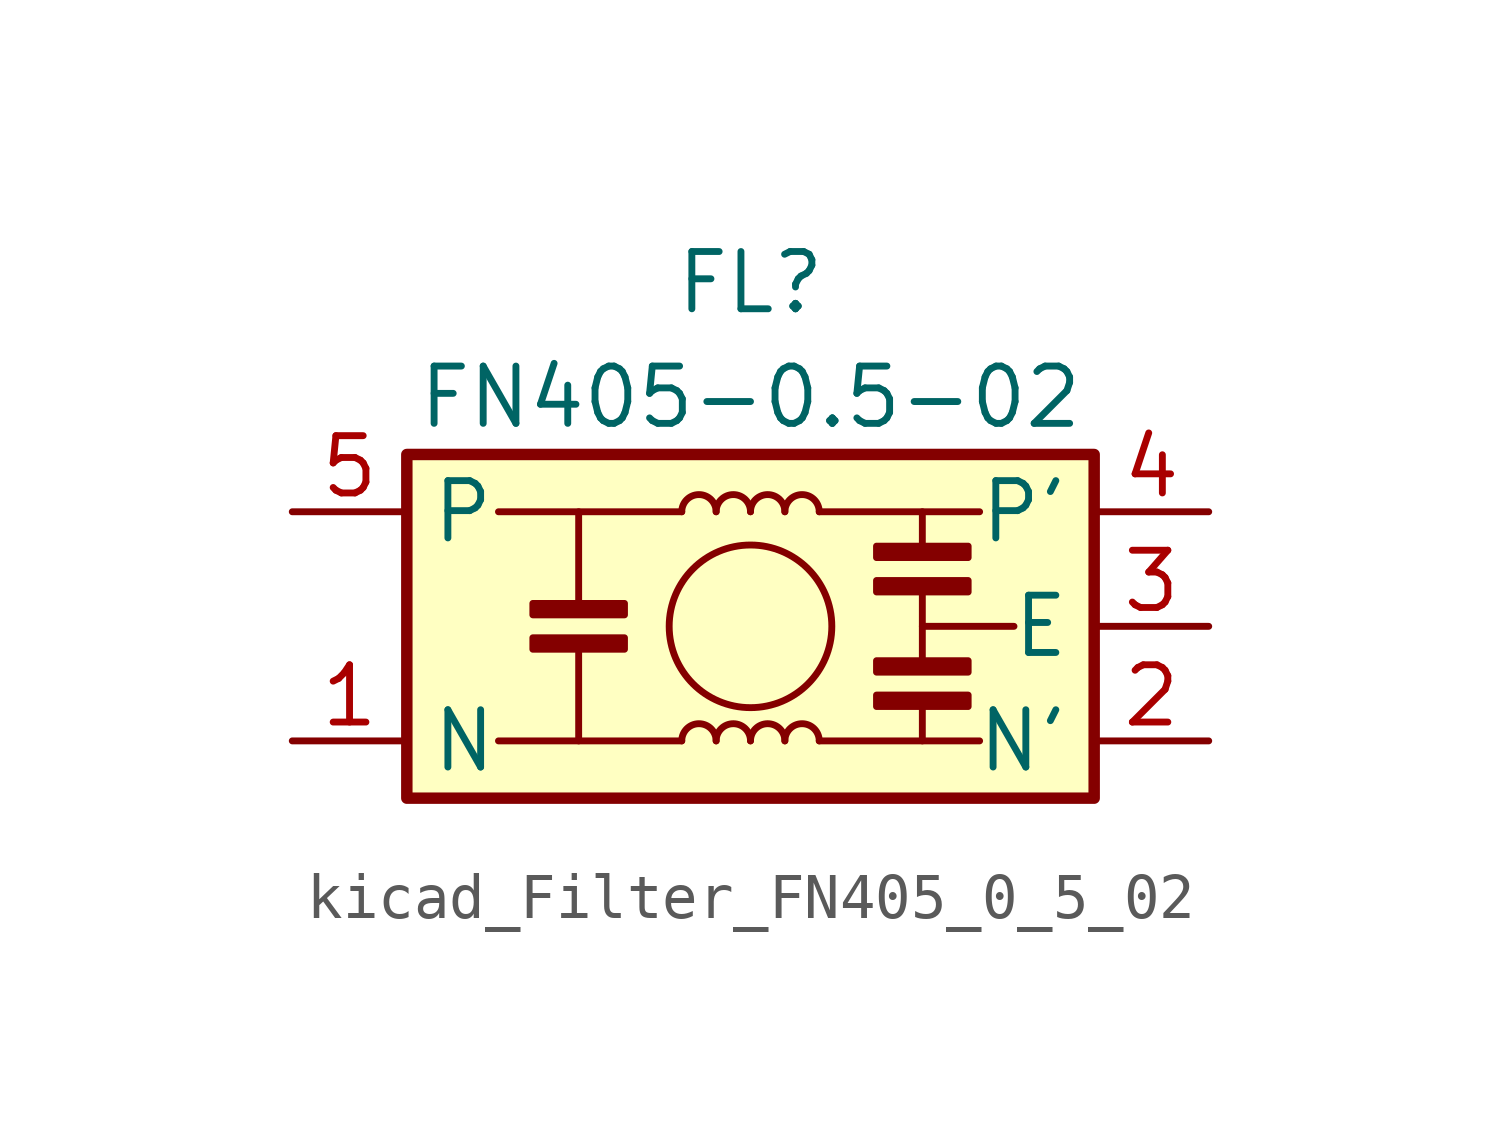
<source format=kicad_sym>
(kicad_symbol_lib
  (version 20220914)
  (generator kicad_symbol_editor)
  (symbol "kicad_Filter_FN405_0_5_02"
    (property "Reference" "FL"
      (at 0 7.62 0)
      (effects (font (size 1.27 1.27))))
    (property "Value" "FN405-0.5-02"
      (at 0 5.08 0)
      (effects (font (size 1.27 1.27))))
    (symbol "kicad_Filter_FN405_0_5_02_0_1"
      (rectangle (start -7.62 3.81) (end 7.62 -3.81) (stroke (width 0.254) (type default)) (fill (type background)))
      (rectangle (start -4.826 -0.254) (end -2.794 -0.508) (stroke (width 0) (type default)) (fill (type outline)))
      (rectangle (start -4.826 0.254) (end -2.794 0.508) (stroke (width 0) (type default)) (fill (type outline)))
      (arc (start -0.762 -2.54) (mid -1.143 -2.1606) (end -1.524 -2.54) (stroke (width 0) (type default)) (fill (type none)))
      (arc (start -0.762 2.54) (mid -1.143 2.9194) (end -1.524 2.54) (stroke (width 0) (type default)) (fill (type none)))
      (arc (start 0 -2.54) (mid -0.381 -2.1606) (end -0.762 -2.54) (stroke (width 0) (type default)) (fill (type none)))
      (polyline (pts (xy -3.81 -0.508) (xy -3.81 -2.54)) (stroke (width 0) (type default)) (fill (type none)))
      (polyline (pts (xy -3.81 0.508) (xy -3.81 2.54)) (stroke (width 0) (type default)) (fill (type none)))
      (polyline (pts (xy -1.524 -2.54) (xy -5.588 -2.54)) (stroke (width 0) (type default)) (fill (type none)))
      (polyline (pts (xy -1.524 2.54) (xy -5.588 2.54)) (stroke (width 0) (type default)) (fill (type none)))
      (polyline (pts (xy 1.524 -2.54) (xy 5.08 -2.54)) (stroke (width 0) (type default)) (fill (type none)))
      (polyline (pts (xy 3.81 -1.778) (xy 3.81 -2.54)) (stroke (width 0) (type default)) (fill (type none)))
      (polyline (pts (xy 3.81 0) (xy 5.842 0)) (stroke (width 0) (type default)) (fill (type none)))
      (polyline (pts (xy 3.81 0.762) (xy 3.81 -0.762)) (stroke (width 0) (type default)) (fill (type none)))
      (polyline (pts (xy 3.81 1.778) (xy 3.81 2.54)) (stroke (width 0) (type default)) (fill (type none)))
      (polyline (pts (xy 5.08 2.54) (xy 1.524 2.54)) (stroke (width 0) (type default)) (fill (type none)))
      (circle (center 0 0) (radius 1.803) (stroke (width 0) (type default)) (fill (type none)))
      (arc (start 0 2.54) (mid -0.381 2.9194) (end -0.762 2.54) (stroke (width 0) (type default)) (fill (type none)))
      (arc (start 0.762 -2.54) (mid 0.381 -2.1606) (end 0 -2.54) (stroke (width 0) (type default)) (fill (type none)))
      (arc (start 0.762 2.54) (mid 0.381 2.9194) (end 0 2.54) (stroke (width 0) (type default)) (fill (type none)))
      (arc (start 1.524 -2.54) (mid 1.143 -2.1606) (end 0.762 -2.54) (stroke (width 0) (type default)) (fill (type none)))
      (arc (start 1.524 2.54) (mid 1.143 2.9194) (end 0.762 2.54) (stroke (width 0) (type default)) (fill (type none)))
      (rectangle (start 2.794 -1.524) (end 4.826 -1.778) (stroke (width 0) (type default)) (fill (type outline)))
      (rectangle (start 2.794 -1.016) (end 4.826 -0.762) (stroke (width 0) (type default)) (fill (type outline)))
      (rectangle (start 2.794 1.016) (end 4.826 0.762) (stroke (width 0) (type default)) (fill (type outline)))
      (rectangle (start 2.794 1.524) (end 4.826 1.778) (stroke (width 0) (type default)) (fill (type outline))))
    (symbol "kicad_Filter_FN405_0_5_02_1_1"
      (pin passive line (at -10.16 -2.54 0) (length 2.54) (name "N" (effects (font (size 1.27 1.27)))) (number "1" (effects (font (size 1.27 1.27)))))
      (pin passive line (at 10.16 -2.54 180) (length 2.54) (name "N'" (effects (font (size 1.27 1.27)))) (number "2" (effects (font (size 1.27 1.27)))))
      (pin passive line (at 10.16 0 180) (length 2.54) (name "E" (effects (font (size 1.27 1.27)))) (number "3" (effects (font (size 1.27 1.27)))))
      (pin passive line (at 10.16 2.54 180) (length 2.54) (name "P'" (effects (font (size 1.27 1.27)))) (number "4" (effects (font (size 1.27 1.27)))))
      (pin passive line (at -10.16 2.54 0) (length 2.54) (name "P" (effects (font (size 1.27 1.27)))) (number "5" (effects (font (size 1.27 1.27))))))))
</source>
